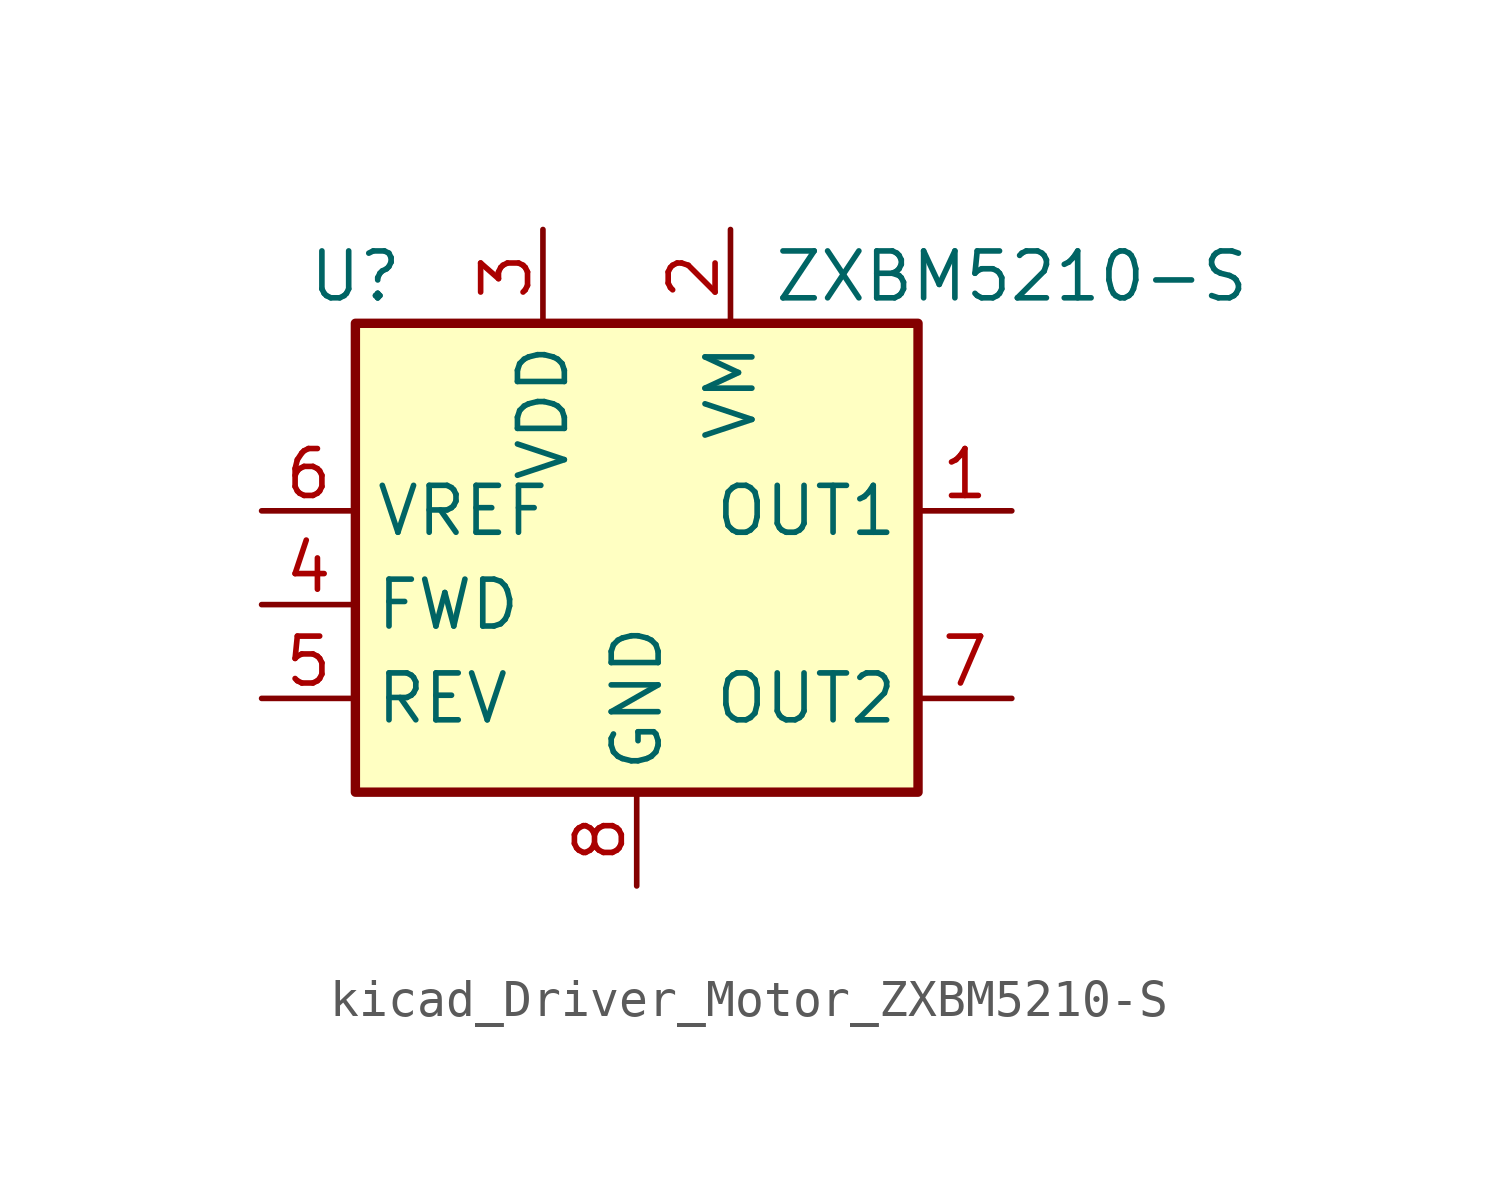
<source format=kicad_sym>
(kicad_symbol_lib
  (version 20220914)
  (generator kicad_symbol_editor)
  (symbol "kicad_Driver_Motor_ZXBM5210-S"
    (property "Reference" "U"
      (at -7.62 8.89 0)
      (effects (font (size 1.27 1.27))))
    (property "Value" "ZXBM5210-S"
      (at 10.16 8.89 0)
      (effects (font (size 1.27 1.27))))
    (symbol "kicad_Driver_Motor_ZXBM5210-S_0_0"
      (pin output line (at 10.16 2.54 180) (length 2.54) (name "OUT1" (effects (font (size 1.27 1.27)))) (number "1" (effects (font (size 1.27 1.27)))))
      (pin power_in line (at 2.54 10.16 270) (length 2.54) (name "VM" (effects (font (size 1.27 1.27)))) (number "2" (effects (font (size 1.27 1.27)))))
      (pin power_in line (at -2.54 10.16 270) (length 2.54) (name "VDD" (effects (font (size 1.27 1.27)))) (number "3" (effects (font (size 1.27 1.27)))))
      (pin input line (at -10.16 0 0) (length 2.54) (name "FWD" (effects (font (size 1.27 1.27)))) (number "4" (effects (font (size 1.27 1.27)))))
      (pin input line (at -10.16 -2.54 0) (length 2.54) (name "REV" (effects (font (size 1.27 1.27)))) (number "5" (effects (font (size 1.27 1.27)))))
      (pin input line (at -10.16 2.54 0) (length 2.54) (name "VREF" (effects (font (size 1.27 1.27)))) (number "6" (effects (font (size 1.27 1.27)))))
      (pin output line (at 10.16 -2.54 180) (length 2.54) (name "OUT2" (effects (font (size 1.27 1.27)))) (number "7" (effects (font (size 1.27 1.27)))))
      (pin power_in line (at 0 -7.62 90) (length 2.54) (name "GND" (effects (font (size 1.27 1.27)))) (number "8" (effects (font (size 1.27 1.27))))))
    (symbol "kicad_Driver_Motor_ZXBM5210-S_0_1"
      (rectangle (start -7.62 7.62) (end 7.62 -5.08) (stroke (width 0.254) (type default)) (fill (type background))))))
</source>
